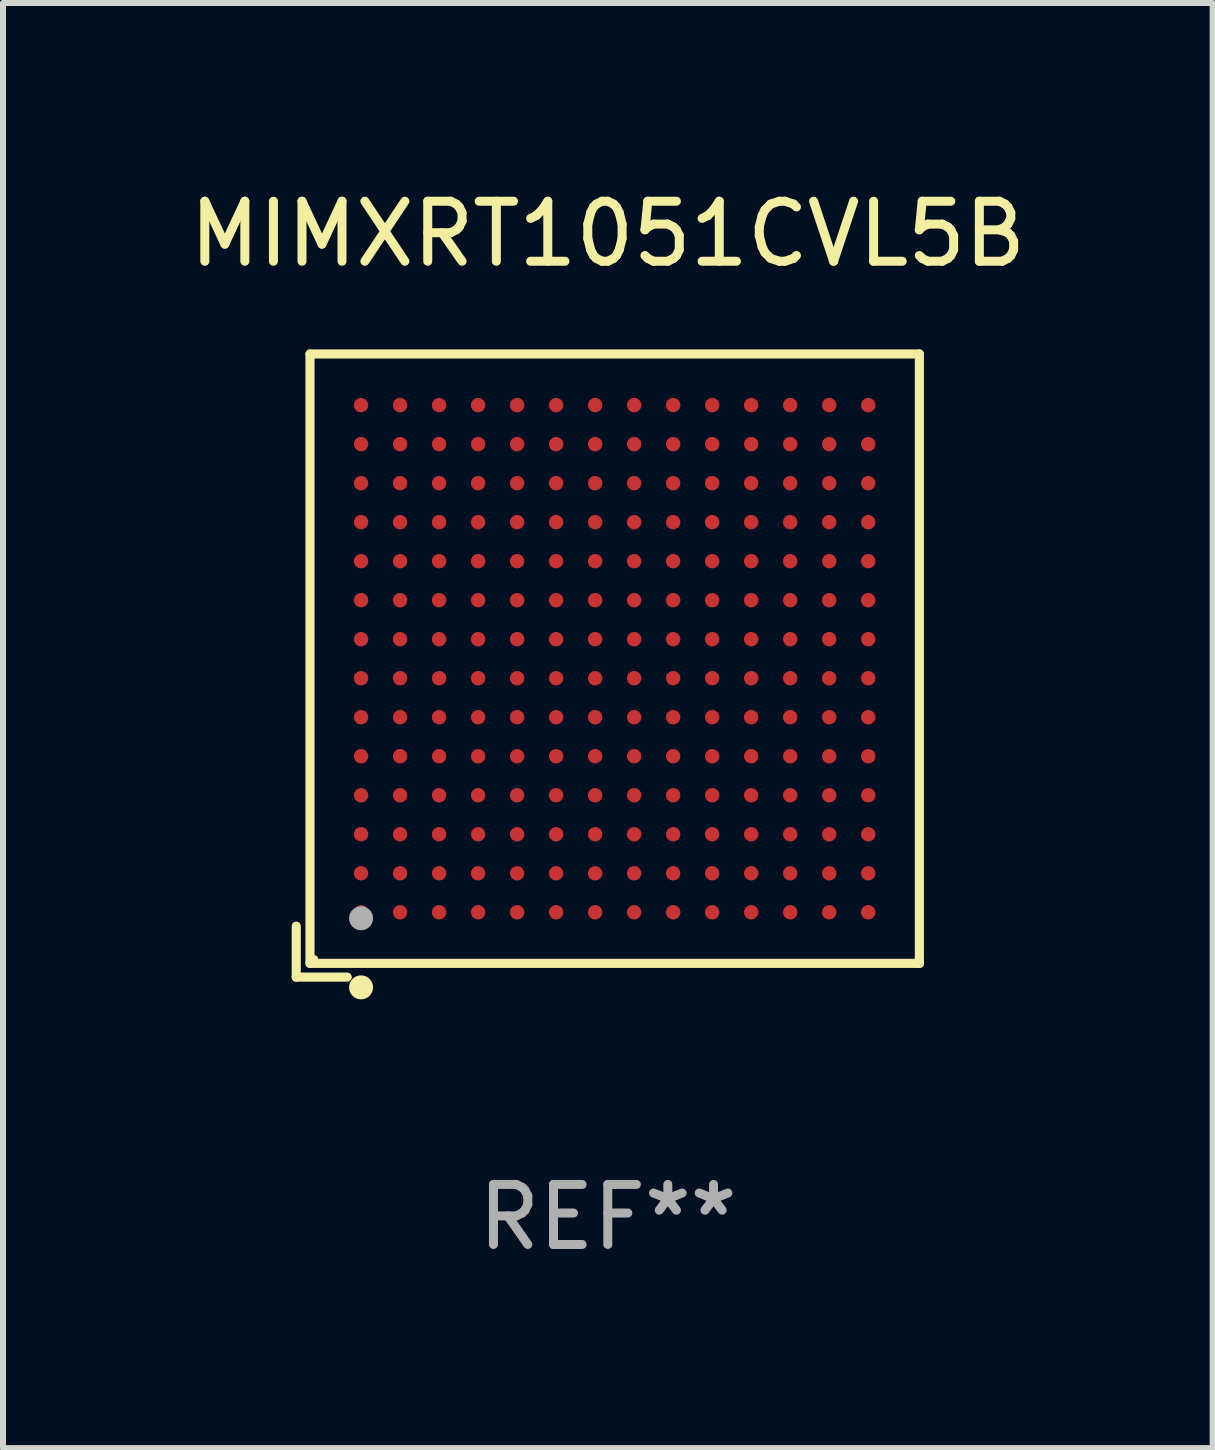
<source format=kicad_pcb>
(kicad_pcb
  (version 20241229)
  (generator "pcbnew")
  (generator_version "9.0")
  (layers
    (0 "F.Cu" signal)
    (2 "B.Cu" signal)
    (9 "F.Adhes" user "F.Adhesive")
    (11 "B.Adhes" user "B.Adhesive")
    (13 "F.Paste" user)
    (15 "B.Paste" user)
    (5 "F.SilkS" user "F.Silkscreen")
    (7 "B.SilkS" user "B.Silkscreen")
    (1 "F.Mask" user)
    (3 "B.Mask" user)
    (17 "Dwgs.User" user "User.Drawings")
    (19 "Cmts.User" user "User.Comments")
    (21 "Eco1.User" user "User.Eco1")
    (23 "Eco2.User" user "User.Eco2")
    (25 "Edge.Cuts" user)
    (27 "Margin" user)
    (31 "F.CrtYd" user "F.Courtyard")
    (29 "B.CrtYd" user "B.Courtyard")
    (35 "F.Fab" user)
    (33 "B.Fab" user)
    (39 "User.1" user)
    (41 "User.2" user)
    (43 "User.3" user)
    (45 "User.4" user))
  (footprint "MIMXRT1051CVL5B"
    (layer "F.Cu")
    (at 7.077 8.039)
    (property "Reference" "MIMXRT1051CVL5B" (at 0 -7.191 0) (layer "F.SilkS") (effects (font (size 1 1) (thickness 0.15))))
    (attr through_hole)
    (fp_line (start -5.191 4.342) (end -5.191 5.191) (stroke (width 0.152) (type solid)) (layer "F.SilkS"))
    (fp_line (start -5.191 5.191) (end -4.342 5.191) (stroke (width 0.152) (type solid)) (layer "F.SilkS"))
    (fp_line (start -4.962 -5.191) (end 5.191 -5.191) (stroke (width 0.152) (type solid)) (layer "F.SilkS"))
    (fp_line (start -4.962 4.962) (end -4.962 -5.191) (stroke (width 0.152) (type solid)) (layer "F.SilkS"))
    (fp_line (start 5.191 -5.191) (end 5.191 4.962) (stroke (width 0.152) (type solid)) (layer "F.SilkS"))
    (fp_line (start 5.191 4.962) (end -4.962 4.962) (stroke (width 0.152) (type solid)) (layer "F.SilkS"))
    (fp_circle (center -4.886 4.886) (end -4.856 4.886) (stroke (width 0.06) (type solid)) (fill no) (layer "F.SilkS"))
    (fp_circle (center -4.111 5.362) (end -4.011 5.362) (stroke (width 0.2) (type solid)) (fill no) (layer "F.SilkS"))
    (fp_circle (center -4.111 4.211) (end -4.011 4.211) (stroke (width 0.2) (type solid)) (fill no) (layer "F.Fab"))
    (fp_text user "REF**" (at 0 9.191 0) (layer "F.Fab") (effects (font (size 1 1) (thickness 0.15))))
    (pad "A1" smd circle (at -4.111 4.111) (size 0.24 0.24) (layers "F.Cu" "F.Mask" "F.Paste"))
    (pad "A2" smd circle (at -4.111 3.461) (size 0.24 0.24) (layers "F.Cu" "F.Mask" "F.Paste"))
    (pad "A3" smd circle (at -4.111 2.811) (size 0.24 0.24) (layers "F.Cu" "F.Mask" "F.Paste"))
    (pad "A4" smd circle (at -4.111 2.161) (size 0.24 0.24) (layers "F.Cu" "F.Mask" "F.Paste"))
    (pad "A5" smd circle (at -4.111 1.511) (size 0.24 0.24) (layers "F.Cu" "F.Mask" "F.Paste"))
    (pad "A6" smd circle (at -4.111 0.861) (size 0.24 0.24) (layers "F.Cu" "F.Mask" "F.Paste"))
    (pad "A7" smd circle (at -4.111 0.211) (size 0.24 0.24) (layers "F.Cu" "F.Mask" "F.Paste"))
    (pad "A8" smd circle (at -4.111 -0.439) (size 0.24 0.24) (layers "F.Cu" "F.Mask" "F.Paste"))
    (pad "A9" smd circle (at -4.111 -1.089) (size 0.24 0.24) (layers "F.Cu" "F.Mask" "F.Paste"))
    (pad "A10" smd circle (at -4.111 -1.739) (size 0.24 0.24) (layers "F.Cu" "F.Mask" "F.Paste"))
    (pad "A11" smd circle (at -4.111 -2.389) (size 0.24 0.24) (layers "F.Cu" "F.Mask" "F.Paste"))
    (pad "A12" smd circle (at -4.111 -3.039) (size 0.24 0.24) (layers "F.Cu" "F.Mask" "F.Paste"))
    (pad "A13" smd circle (at -4.111 -3.689) (size 0.24 0.24) (layers "F.Cu" "F.Mask" "F.Paste"))
    (pad "A14" smd circle (at -4.111 -4.339) (size 0.24 0.24) (layers "F.Cu" "F.Mask" "F.Paste"))
    (pad "B1" smd circle (at -3.461 4.111) (size 0.24 0.24) (layers "F.Cu" "F.Mask" "F.Paste"))
    (pad "B2" smd circle (at -3.461 3.461) (size 0.24 0.24) (layers "F.Cu" "F.Mask" "F.Paste"))
    (pad "B3" smd circle (at -3.461 2.811) (size 0.24 0.24) (layers "F.Cu" "F.Mask" "F.Paste"))
    (pad "B4" smd circle (at -3.461 2.161) (size 0.24 0.24) (layers "F.Cu" "F.Mask" "F.Paste"))
    (pad "B5" smd circle (at -3.461 1.511) (size 0.24 0.24) (layers "F.Cu" "F.Mask" "F.Paste"))
    (pad "B6" smd circle (at -3.461 0.861) (size 0.24 0.24) (layers "F.Cu" "F.Mask" "F.Paste"))
    (pad "B7" smd circle (at -3.461 0.211) (size 0.24 0.24) (layers "F.Cu" "F.Mask" "F.Paste"))
    (pad "B8" smd circle (at -3.461 -0.439) (size 0.24 0.24) (layers "F.Cu" "F.Mask" "F.Paste"))
    (pad "B9" smd circle (at -3.461 -1.089) (size 0.24 0.24) (layers "F.Cu" "F.Mask" "F.Paste"))
    (pad "B10" smd circle (at -3.461 -1.739) (size 0.24 0.24) (layers "F.Cu" "F.Mask" "F.Paste"))
    (pad "B11" smd circle (at -3.461 -2.389) (size 0.24 0.24) (layers "F.Cu" "F.Mask" "F.Paste"))
    (pad "B12" smd circle (at -3.461 -3.039) (size 0.24 0.24) (layers "F.Cu" "F.Mask" "F.Paste"))
    (pad "B13" smd circle (at -3.461 -3.689) (size 0.24 0.24) (layers "F.Cu" "F.Mask" "F.Paste"))
    (pad "B14" smd circle (at -3.461 -4.339) (size 0.24 0.24) (layers "F.Cu" "F.Mask" "F.Paste"))
    (pad "C1" smd circle (at -2.811 4.111) (size 0.24 0.24) (layers "F.Cu" "F.Mask" "F.Paste"))
    (pad "C2" smd circle (at -2.811 3.461) (size 0.24 0.24) (layers "F.Cu" "F.Mask" "F.Paste"))
    (pad "C3" smd circle (at -2.811 2.811) (size 0.24 0.24) (layers "F.Cu" "F.Mask" "F.Paste"))
    (pad "C4" smd circle (at -2.811 2.161) (size 0.24 0.24) (layers "F.Cu" "F.Mask" "F.Paste"))
    (pad "C5" smd circle (at -2.811 1.511) (size 0.24 0.24) (layers "F.Cu" "F.Mask" "F.Paste"))
    (pad "C6" smd circle (at -2.811 0.861) (size 0.24 0.24) (layers "F.Cu" "F.Mask" "F.Paste"))
    (pad "C7" smd circle (at -2.811 0.211) (size 0.24 0.24) (layers "F.Cu" "F.Mask" "F.Paste"))
    (pad "C8" smd circle (at -2.811 -0.439) (size 0.24 0.24) (layers "F.Cu" "F.Mask" "F.Paste"))
    (pad "C9" smd circle (at -2.811 -1.089) (size 0.24 0.24) (layers "F.Cu" "F.Mask" "F.Paste"))
    (pad "C10" smd circle (at -2.811 -1.739) (size 0.24 0.24) (layers "F.Cu" "F.Mask" "F.Paste"))
    (pad "C11" smd circle (at -2.811 -2.389) (size 0.24 0.24) (layers "F.Cu" "F.Mask" "F.Paste"))
    (pad "C12" smd circle (at -2.811 -3.039) (size 0.24 0.24) (layers "F.Cu" "F.Mask" "F.Paste"))
    (pad "C13" smd circle (at -2.811 -3.689) (size 0.24 0.24) (layers "F.Cu" "F.Mask" "F.Paste"))
    (pad "C14" smd circle (at -2.811 -4.339) (size 0.24 0.24) (layers "F.Cu" "F.Mask" "F.Paste"))
    (pad "D1" smd circle (at -2.161 4.111) (size 0.24 0.24) (layers "F.Cu" "F.Mask" "F.Paste"))
    (pad "D2" smd circle (at -2.161 3.461) (size 0.24 0.24) (layers "F.Cu" "F.Mask" "F.Paste"))
    (pad "D3" smd circle (at -2.161 2.811) (size 0.24 0.24) (layers "F.Cu" "F.Mask" "F.Paste"))
    (pad "D4" smd circle (at -2.161 2.161) (size 0.24 0.24) (layers "F.Cu" "F.Mask" "F.Paste"))
    (pad "D5" smd circle (at -2.161 1.511) (size 0.24 0.24) (layers "F.Cu" "F.Mask" "F.Paste"))
    (pad "D6" smd circle (at -2.161 0.861) (size 0.24 0.24) (layers "F.Cu" "F.Mask" "F.Paste"))
    (pad "D7" smd circle (at -2.161 0.211) (size 0.24 0.24) (layers "F.Cu" "F.Mask" "F.Paste"))
    (pad "D8" smd circle (at -2.161 -0.439) (size 0.24 0.24) (layers "F.Cu" "F.Mask" "F.Paste"))
    (pad "D9" smd circle (at -2.161 -1.089) (size 0.24 0.24) (layers "F.Cu" "F.Mask" "F.Paste"))
    (pad "D10" smd circle (at -2.161 -1.739) (size 0.24 0.24) (layers "F.Cu" "F.Mask" "F.Paste"))
    (pad "D11" smd circle (at -2.161 -2.389) (size 0.24 0.24) (layers "F.Cu" "F.Mask" "F.Paste"))
    (pad "D12" smd circle (at -2.161 -3.039) (size 0.24 0.24) (layers "F.Cu" "F.Mask" "F.Paste"))
    (pad "D13" smd circle (at -2.161 -3.689) (size 0.24 0.24) (layers "F.Cu" "F.Mask" "F.Paste"))
    (pad "D14" smd circle (at -2.161 -4.339) (size 0.24 0.24) (layers "F.Cu" "F.Mask" "F.Paste"))
    (pad "E1" smd circle (at -1.511 4.111) (size 0.24 0.24) (layers "F.Cu" "F.Mask" "F.Paste"))
    (pad "E2" smd circle (at -1.511 3.461) (size 0.24 0.24) (layers "F.Cu" "F.Mask" "F.Paste"))
    (pad "E3" smd circle (at -1.511 2.811) (size 0.24 0.24) (layers "F.Cu" "F.Mask" "F.Paste"))
    (pad "E4" smd circle (at -1.511 2.161) (size 0.24 0.24) (layers "F.Cu" "F.Mask" "F.Paste"))
    (pad "E5" smd circle (at -1.511 1.511) (size 0.24 0.24) (layers "F.Cu" "F.Mask" "F.Paste"))
    (pad "E6" smd circle (at -1.511 0.861) (size 0.24 0.24) (layers "F.Cu" "F.Mask" "F.Paste"))
    (pad "E7" smd circle (at -1.511 0.211) (size 0.24 0.24) (layers "F.Cu" "F.Mask" "F.Paste"))
    (pad "E8" smd circle (at -1.511 -0.439) (size 0.24 0.24) (layers "F.Cu" "F.Mask" "F.Paste"))
    (pad "E9" smd circle (at -1.511 -1.089) (size 0.24 0.24) (layers "F.Cu" "F.Mask" "F.Paste"))
    (pad "E10" smd circle (at -1.511 -1.739) (size 0.24 0.24) (layers "F.Cu" "F.Mask" "F.Paste"))
    (pad "E11" smd circle (at -1.511 -2.389) (size 0.24 0.24) (layers "F.Cu" "F.Mask" "F.Paste"))
    (pad "E12" smd circle (at -1.511 -3.039) (size 0.24 0.24) (layers "F.Cu" "F.Mask" "F.Paste"))
    (pad "E13" smd circle (at -1.511 -3.689) (size 0.24 0.24) (layers "F.Cu" "F.Mask" "F.Paste"))
    (pad "E14" smd circle (at -1.511 -4.339) (size 0.24 0.24) (layers "F.Cu" "F.Mask" "F.Paste"))
    (pad "F1" smd circle (at -0.861 4.111) (size 0.24 0.24) (layers "F.Cu" "F.Mask" "F.Paste"))
    (pad "F2" smd circle (at -0.861 3.461) (size 0.24 0.24) (layers "F.Cu" "F.Mask" "F.Paste"))
    (pad "F3" smd circle (at -0.861 2.811) (size 0.24 0.24) (layers "F.Cu" "F.Mask" "F.Paste"))
    (pad "F4" smd circle (at -0.861 2.161) (size 0.24 0.24) (layers "F.Cu" "F.Mask" "F.Paste"))
    (pad "F5" smd circle (at -0.861 1.511) (size 0.24 0.24) (layers "F.Cu" "F.Mask" "F.Paste"))
    (pad "F6" smd circle (at -0.861 0.861) (size 0.24 0.24) (layers "F.Cu" "F.Mask" "F.Paste"))
    (pad "F7" smd circle (at -0.861 0.211) (size 0.24 0.24) (layers "F.Cu" "F.Mask" "F.Paste"))
    (pad "F8" smd circle (at -0.861 -0.439) (size 0.24 0.24) (layers "F.Cu" "F.Mask" "F.Paste"))
    (pad "F9" smd circle (at -0.861 -1.089) (size 0.24 0.24) (layers "F.Cu" "F.Mask" "F.Paste"))
    (pad "F10" smd circle (at -0.861 -1.739) (size 0.24 0.24) (layers "F.Cu" "F.Mask" "F.Paste"))
    (pad "F11" smd circle (at -0.861 -2.389) (size 0.24 0.24) (layers "F.Cu" "F.Mask" "F.Paste"))
    (pad "F12" smd circle (at -0.861 -3.039) (size 0.24 0.24) (layers "F.Cu" "F.Mask" "F.Paste"))
    (pad "F13" smd circle (at -0.861 -3.689) (size 0.24 0.24) (layers "F.Cu" "F.Mask" "F.Paste"))
    (pad "F14" smd circle (at -0.861 -4.339) (size 0.24 0.24) (layers "F.Cu" "F.Mask" "F.Paste"))
    (pad "G1" smd circle (at -0.211 4.111) (size 0.24 0.24) (layers "F.Cu" "F.Mask" "F.Paste"))
    (pad "G2" smd circle (at -0.211 3.461) (size 0.24 0.24) (layers "F.Cu" "F.Mask" "F.Paste"))
    (pad "G3" smd circle (at -0.211 2.811) (size 0.24 0.24) (layers "F.Cu" "F.Mask" "F.Paste"))
    (pad "G4" smd circle (at -0.211 2.161) (size 0.24 0.24) (layers "F.Cu" "F.Mask" "F.Paste"))
    (pad "G5" smd circle (at -0.211 1.511) (size 0.24 0.24) (layers "F.Cu" "F.Mask" "F.Paste"))
    (pad "G6" smd circle (at -0.211 0.861) (size 0.24 0.24) (layers "F.Cu" "F.Mask" "F.Paste"))
    (pad "G7" smd circle (at -0.211 0.211) (size 0.24 0.24) (layers "F.Cu" "F.Mask" "F.Paste"))
    (pad "G8" smd circle (at -0.211 -0.439) (size 0.24 0.24) (layers "F.Cu" "F.Mask" "F.Paste"))
    (pad "G9" smd circle (at -0.211 -1.089) (size 0.24 0.24) (layers "F.Cu" "F.Mask" "F.Paste"))
    (pad "G10" smd circle (at -0.211 -1.739) (size 0.24 0.24) (layers "F.Cu" "F.Mask" "F.Paste"))
    (pad "G11" smd circle (at -0.211 -2.389) (size 0.24 0.24) (layers "F.Cu" "F.Mask" "F.Paste"))
    (pad "G12" smd circle (at -0.211 -3.039) (size 0.24 0.24) (layers "F.Cu" "F.Mask" "F.Paste"))
    (pad "G13" smd circle (at -0.211 -3.689) (size 0.24 0.24) (layers "F.Cu" "F.Mask" "F.Paste"))
    (pad "G14" smd circle (at -0.211 -4.339) (size 0.24 0.24) (layers "F.Cu" "F.Mask" "F.Paste"))
    (pad "H1" smd circle (at 0.439 4.111) (size 0.24 0.24) (layers "F.Cu" "F.Mask" "F.Paste"))
    (pad "H2" smd circle (at 0.439 3.461) (size 0.24 0.24) (layers "F.Cu" "F.Mask" "F.Paste"))
    (pad "H3" smd circle (at 0.439 2.811) (size 0.24 0.24) (layers "F.Cu" "F.Mask" "F.Paste"))
    (pad "H4" smd circle (at 0.439 2.161) (size 0.24 0.24) (layers "F.Cu" "F.Mask" "F.Paste"))
    (pad "H5" smd circle (at 0.439 1.511) (size 0.24 0.24) (layers "F.Cu" "F.Mask" "F.Paste"))
    (pad "H6" smd circle (at 0.439 0.861) (size 0.24 0.24) (layers "F.Cu" "F.Mask" "F.Paste"))
    (pad "H7" smd circle (at 0.439 0.211) (size 0.24 0.24) (layers "F.Cu" "F.Mask" "F.Paste"))
    (pad "H8" smd circle (at 0.439 -0.439) (size 0.24 0.24) (layers "F.Cu" "F.Mask" "F.Paste"))
    (pad "H9" smd circle (at 0.439 -1.089) (size 0.24 0.24) (layers "F.Cu" "F.Mask" "F.Paste"))
    (pad "H10" smd circle (at 0.439 -1.739) (size 0.24 0.24) (layers "F.Cu" "F.Mask" "F.Paste"))
    (pad "H11" smd circle (at 0.439 -2.389) (size 0.24 0.24) (layers "F.Cu" "F.Mask" "F.Paste"))
    (pad "H12" smd circle (at 0.439 -3.039) (size 0.24 0.24) (layers "F.Cu" "F.Mask" "F.Paste"))
    (pad "H13" smd circle (at 0.439 -3.689) (size 0.24 0.24) (layers "F.Cu" "F.Mask" "F.Paste"))
    (pad "H14" smd circle (at 0.439 -4.339) (size 0.24 0.24) (layers "F.Cu" "F.Mask" "F.Paste"))
    (pad "J1" smd circle (at 1.089 4.111) (size 0.24 0.24) (layers "F.Cu" "F.Mask" "F.Paste"))
    (pad "J2" smd circle (at 1.089 3.461) (size 0.24 0.24) (layers "F.Cu" "F.Mask" "F.Paste"))
    (pad "J3" smd circle (at 1.089 2.811) (size 0.24 0.24) (layers "F.Cu" "F.Mask" "F.Paste"))
    (pad "J4" smd circle (at 1.089 2.161) (size 0.24 0.24) (layers "F.Cu" "F.Mask" "F.Paste"))
    (pad "J5" smd circle (at 1.089 1.511) (size 0.24 0.24) (layers "F.Cu" "F.Mask" "F.Paste"))
    (pad "J6" smd circle (at 1.089 0.861) (size 0.24 0.24) (layers "F.Cu" "F.Mask" "F.Paste"))
    (pad "J7" smd circle (at 1.089 0.211) (size 0.24 0.24) (layers "F.Cu" "F.Mask" "F.Paste"))
    (pad "J8" smd circle (at 1.089 -0.439) (size 0.24 0.24) (layers "F.Cu" "F.Mask" "F.Paste"))
    (pad "J9" smd circle (at 1.089 -1.089) (size 0.24 0.24) (layers "F.Cu" "F.Mask" "F.Paste"))
    (pad "J10" smd circle (at 1.089 -1.739) (size 0.24 0.24) (layers "F.Cu" "F.Mask" "F.Paste"))
    (pad "J11" smd circle (at 1.089 -2.389) (size 0.24 0.24) (layers "F.Cu" "F.Mask" "F.Paste"))
    (pad "J12" smd circle (at 1.089 -3.039) (size 0.24 0.24) (layers "F.Cu" "F.Mask" "F.Paste"))
    (pad "J13" smd circle (at 1.089 -3.689) (size 0.24 0.24) (layers "F.Cu" "F.Mask" "F.Paste"))
    (pad "J14" smd circle (at 1.089 -4.339) (size 0.24 0.24) (layers "F.Cu" "F.Mask" "F.Paste"))
    (pad "K1" smd circle (at 1.739 4.111) (size 0.24 0.24) (layers "F.Cu" "F.Mask" "F.Paste"))
    (pad "K2" smd circle (at 1.739 3.461) (size 0.24 0.24) (layers "F.Cu" "F.Mask" "F.Paste"))
    (pad "K3" smd circle (at 1.739 2.811) (size 0.24 0.24) (layers "F.Cu" "F.Mask" "F.Paste"))
    (pad "K4" smd circle (at 1.739 2.161) (size 0.24 0.24) (layers "F.Cu" "F.Mask" "F.Paste"))
    (pad "K5" smd circle (at 1.739 1.511) (size 0.24 0.24) (layers "F.Cu" "F.Mask" "F.Paste"))
    (pad "K6" smd circle (at 1.739 0.861) (size 0.24 0.24) (layers "F.Cu" "F.Mask" "F.Paste"))
    (pad "K7" smd circle (at 1.739 0.211) (size 0.24 0.24) (layers "F.Cu" "F.Mask" "F.Paste"))
    (pad "K8" smd circle (at 1.739 -0.439) (size 0.24 0.24) (layers "F.Cu" "F.Mask" "F.Paste"))
    (pad "K9" smd circle (at 1.739 -1.089) (size 0.24 0.24) (layers "F.Cu" "F.Mask" "F.Paste"))
    (pad "K10" smd circle (at 1.739 -1.739) (size 0.24 0.24) (layers "F.Cu" "F.Mask" "F.Paste"))
    (pad "K11" smd circle (at 1.739 -2.389) (size 0.24 0.24) (layers "F.Cu" "F.Mask" "F.Paste"))
    (pad "K12" smd circle (at 1.739 -3.039) (size 0.24 0.24) (layers "F.Cu" "F.Mask" "F.Paste"))
    (pad "K13" smd circle (at 1.739 -3.689) (size 0.24 0.24) (layers "F.Cu" "F.Mask" "F.Paste"))
    (pad "K14" smd circle (at 1.739 -4.339) (size 0.24 0.24) (layers "F.Cu" "F.Mask" "F.Paste"))
    (pad "L1" smd circle (at 2.389 4.111) (size 0.24 0.24) (layers "F.Cu" "F.Mask" "F.Paste"))
    (pad "L2" smd circle (at 2.389 3.461) (size 0.24 0.24) (layers "F.Cu" "F.Mask" "F.Paste"))
    (pad "L3" smd circle (at 2.389 2.811) (size 0.24 0.24) (layers "F.Cu" "F.Mask" "F.Paste"))
    (pad "L4" smd circle (at 2.389 2.161) (size 0.24 0.24) (layers "F.Cu" "F.Mask" "F.Paste"))
    (pad "L5" smd circle (at 2.389 1.511) (size 0.24 0.24) (layers "F.Cu" "F.Mask" "F.Paste"))
    (pad "L6" smd circle (at 2.389 0.861) (size 0.24 0.24) (layers "F.Cu" "F.Mask" "F.Paste"))
    (pad "L7" smd circle (at 2.389 0.211) (size 0.24 0.24) (layers "F.Cu" "F.Mask" "F.Paste"))
    (pad "L8" smd circle (at 2.389 -0.439) (size 0.24 0.24) (layers "F.Cu" "F.Mask" "F.Paste"))
    (pad "L9" smd circle (at 2.389 -1.089) (size 0.24 0.24) (layers "F.Cu" "F.Mask" "F.Paste"))
    (pad "L10" smd circle (at 2.389 -1.739) (size 0.24 0.24) (layers "F.Cu" "F.Mask" "F.Paste"))
    (pad "L11" smd circle (at 2.389 -2.389) (size 0.24 0.24) (layers "F.Cu" "F.Mask" "F.Paste"))
    (pad "L12" smd circle (at 2.389 -3.039) (size 0.24 0.24) (layers "F.Cu" "F.Mask" "F.Paste"))
    (pad "L13" smd circle (at 2.389 -3.689) (size 0.24 0.24) (layers "F.Cu" "F.Mask" "F.Paste"))
    (pad "L14" smd circle (at 2.389 -4.339) (size 0.24 0.24) (layers "F.Cu" "F.Mask" "F.Paste"))
    (pad "M1" smd circle (at 3.039 4.111) (size 0.24 0.24) (layers "F.Cu" "F.Mask" "F.Paste"))
    (pad "M2" smd circle (at 3.039 3.461) (size 0.24 0.24) (layers "F.Cu" "F.Mask" "F.Paste"))
    (pad "M3" smd circle (at 3.039 2.811) (size 0.24 0.24) (layers "F.Cu" "F.Mask" "F.Paste"))
    (pad "M4" smd circle (at 3.039 2.161) (size 0.24 0.24) (layers "F.Cu" "F.Mask" "F.Paste"))
    (pad "M5" smd circle (at 3.039 1.511) (size 0.24 0.24) (layers "F.Cu" "F.Mask" "F.Paste"))
    (pad "M6" smd circle (at 3.039 0.861) (size 0.24 0.24) (layers "F.Cu" "F.Mask" "F.Paste"))
    (pad "M7" smd circle (at 3.039 0.211) (size 0.24 0.24) (layers "F.Cu" "F.Mask" "F.Paste"))
    (pad "M8" smd circle (at 3.039 -0.439) (size 0.24 0.24) (layers "F.Cu" "F.Mask" "F.Paste"))
    (pad "M9" smd circle (at 3.039 -1.089) (size 0.24 0.24) (layers "F.Cu" "F.Mask" "F.Paste"))
    (pad "M10" smd circle (at 3.039 -1.739) (size 0.24 0.24) (layers "F.Cu" "F.Mask" "F.Paste"))
    (pad "M11" smd circle (at 3.039 -2.389) (size 0.24 0.24) (layers "F.Cu" "F.Mask" "F.Paste"))
    (pad "M12" smd circle (at 3.039 -3.039) (size 0.24 0.24) (layers "F.Cu" "F.Mask" "F.Paste"))
    (pad "M13" smd circle (at 3.039 -3.689) (size 0.24 0.24) (layers "F.Cu" "F.Mask" "F.Paste"))
    (pad "M14" smd circle (at 3.039 -4.339) (size 0.24 0.24) (layers "F.Cu" "F.Mask" "F.Paste"))
    (pad "N1" smd circle (at 3.689 4.111) (size 0.24 0.24) (layers "F.Cu" "F.Mask" "F.Paste"))
    (pad "N2" smd circle (at 3.689 3.461) (size 0.24 0.24) (layers "F.Cu" "F.Mask" "F.Paste"))
    (pad "N3" smd circle (at 3.689 2.811) (size 0.24 0.24) (layers "F.Cu" "F.Mask" "F.Paste"))
    (pad "N4" smd circle (at 3.689 2.161) (size 0.24 0.24) (layers "F.Cu" "F.Mask" "F.Paste"))
    (pad "N5" smd circle (at 3.689 1.511) (size 0.24 0.24) (layers "F.Cu" "F.Mask" "F.Paste"))
    (pad "N6" smd circle (at 3.689 0.861) (size 0.24 0.24) (layers "F.Cu" "F.Mask" "F.Paste"))
    (pad "N7" smd circle (at 3.689 0.211) (size 0.24 0.24) (layers "F.Cu" "F.Mask" "F.Paste"))
    (pad "N8" smd circle (at 3.689 -0.439) (size 0.24 0.24) (layers "F.Cu" "F.Mask" "F.Paste"))
    (pad "N9" smd circle (at 3.689 -1.089) (size 0.24 0.24) (layers "F.Cu" "F.Mask" "F.Paste"))
    (pad "N10" smd circle (at 3.689 -1.739) (size 0.24 0.24) (layers "F.Cu" "F.Mask" "F.Paste"))
    (pad "N11" smd circle (at 3.689 -2.389) (size 0.24 0.24) (layers "F.Cu" "F.Mask" "F.Paste"))
    (pad "N12" smd circle (at 3.689 -3.039) (size 0.24 0.24) (layers "F.Cu" "F.Mask" "F.Paste"))
    (pad "N13" smd circle (at 3.689 -3.689) (size 0.24 0.24) (layers "F.Cu" "F.Mask" "F.Paste"))
    (pad "N14" smd circle (at 3.689 -4.339) (size 0.24 0.24) (layers "F.Cu" "F.Mask" "F.Paste"))
    (pad "P1" smd circle (at 4.339 4.111) (size 0.24 0.24) (layers "F.Cu" "F.Mask" "F.Paste"))
    (pad "P2" smd circle (at 4.339 3.461) (size 0.24 0.24) (layers "F.Cu" "F.Mask" "F.Paste"))
    (pad "P3" smd circle (at 4.339 2.811) (size 0.24 0.24) (layers "F.Cu" "F.Mask" "F.Paste"))
    (pad "P4" smd circle (at 4.339 2.161) (size 0.24 0.24) (layers "F.Cu" "F.Mask" "F.Paste"))
    (pad "P5" smd circle (at 4.339 1.511) (size 0.24 0.24) (layers "F.Cu" "F.Mask" "F.Paste"))
    (pad "P6" smd circle (at 4.339 0.861) (size 0.24 0.24) (layers "F.Cu" "F.Mask" "F.Paste"))
    (pad "P7" smd circle (at 4.339 0.211) (size 0.24 0.24) (layers "F.Cu" "F.Mask" "F.Paste"))
    (pad "P8" smd circle (at 4.339 -0.439) (size 0.24 0.24) (layers "F.Cu" "F.Mask" "F.Paste"))
    (pad "P9" smd circle (at 4.339 -1.089) (size 0.24 0.24) (layers "F.Cu" "F.Mask" "F.Paste"))
    (pad "P10" smd circle (at 4.339 -1.739) (size 0.24 0.24) (layers "F.Cu" "F.Mask" "F.Paste"))
    (pad "P11" smd circle (at 4.339 -2.389) (size 0.24 0.24) (layers "F.Cu" "F.Mask" "F.Paste"))
    (pad "P12" smd circle (at 4.339 -3.039) (size 0.24 0.24) (layers "F.Cu" "F.Mask" "F.Paste"))
    (pad "P13" smd circle (at 4.339 -3.689) (size 0.24 0.24) (layers "F.Cu" "F.Mask" "F.Paste"))
    (pad "P14" smd circle (at 4.339 -4.339) (size 0.24 0.24) (layers "F.Cu" "F.Mask" "F.Paste")))
  (gr_rect
    (start -3 -3)
    (end 17.155 21.078)
    (stroke (width 0.1) (type default))
    (fill no)
    (layer "Edge.Cuts")))
</source>
